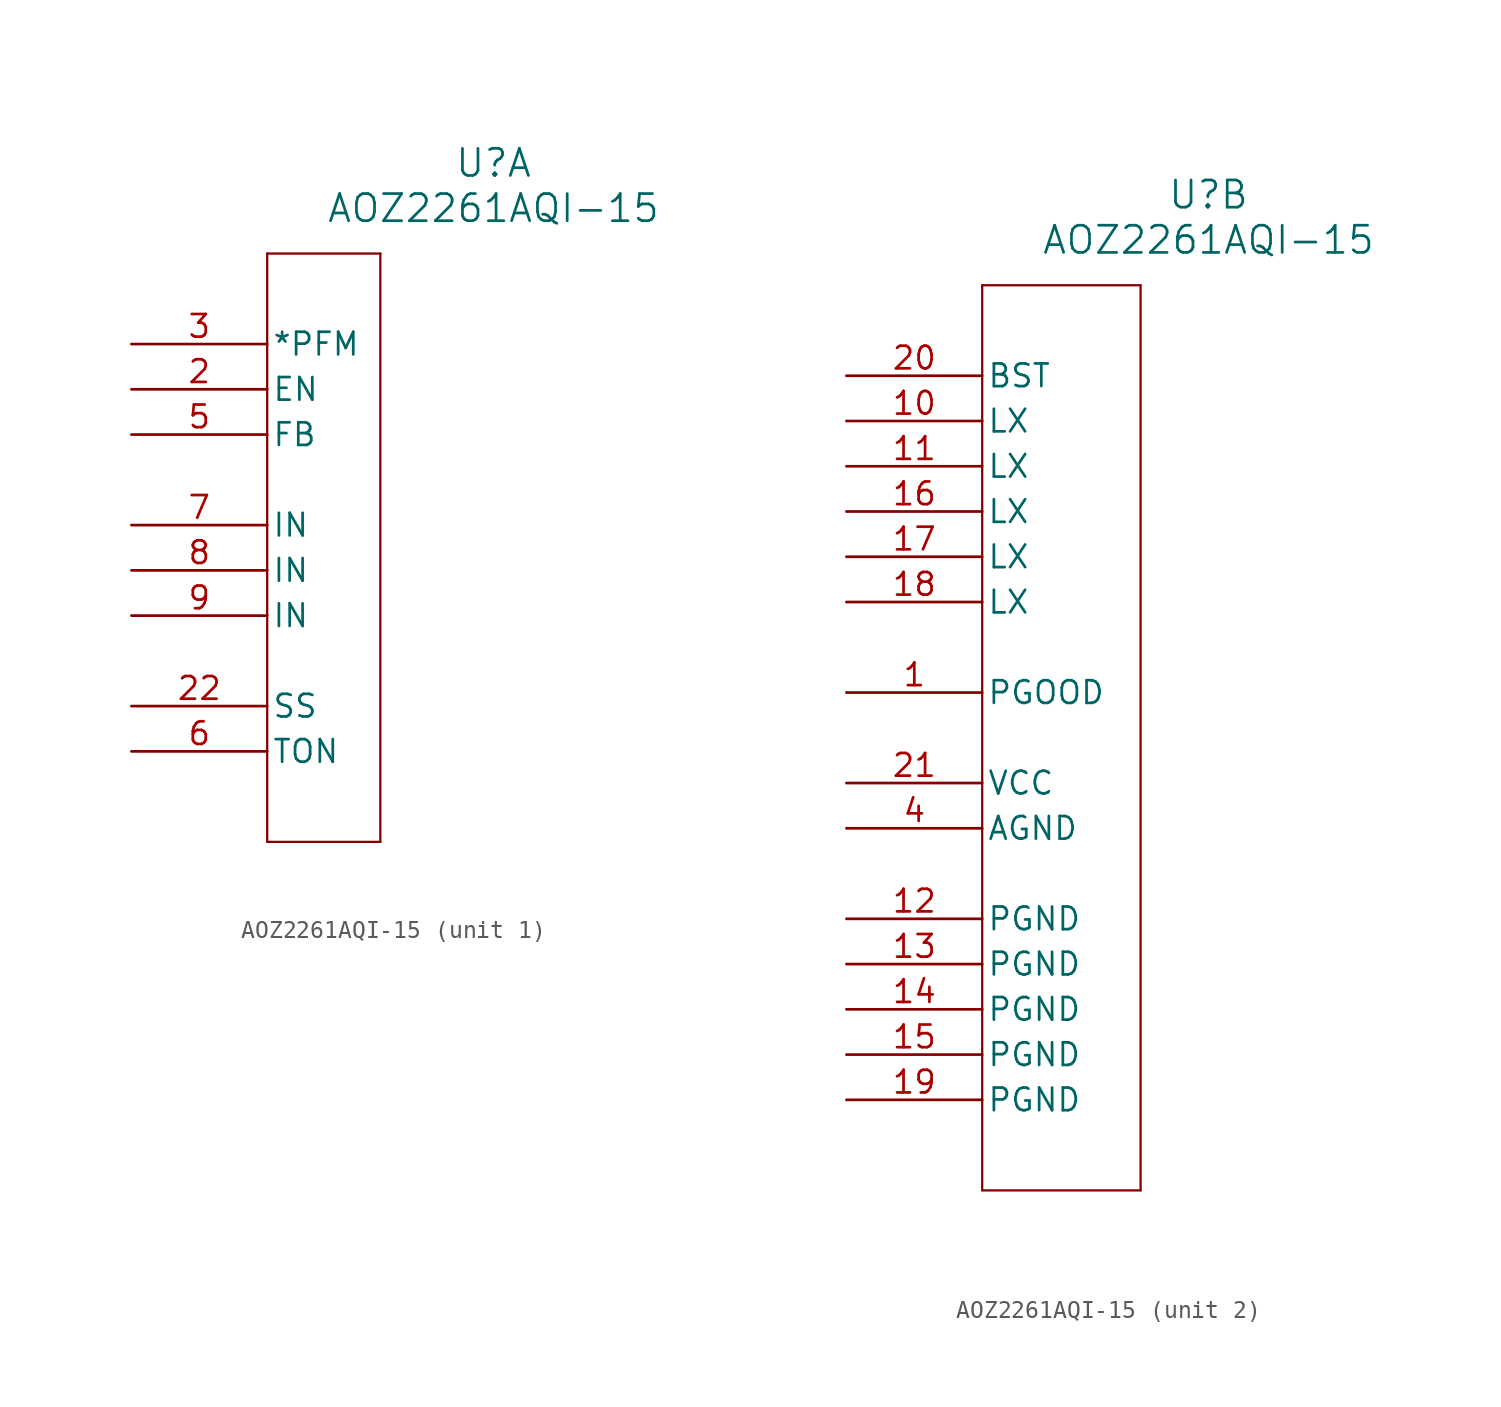
<source format=kicad_sym>
(kicad_symbol_lib
  (version 20231120)
  (generator "kicad_symbol_editor")
  (generator_version "8.0")
  (symbol "AOZ2261AQI-15"
    (pin_names
      (offset 0.254))
    (property "Reference" "U"
      (at 20.32 10.16 0)
      (effects (font (size 1.524 1.524))))
    (property "Value" "AOZ2261AQI-15"
      (at 20.32 7.62 0)
      (effects (font (size 1.524 1.524))))
    (property "ki_locked" ""
      (at 0 0 0)
      (effects (font (size 1.27 1.27))))
    (symbol "AOZ2261AQI-15_1_1"
      (polyline (pts (xy 7.62 -27.94) (xy 13.97 -27.94)) (stroke (width 0.127) (type default)) (fill (type none)))
      (polyline (pts (xy 7.62 5.08) (xy 7.62 -27.94)) (stroke (width 0.127) (type default)) (fill (type none)))
      (polyline (pts (xy 13.97 -27.94) (xy 13.97 5.08)) (stroke (width 0.127) (type default)) (fill (type none)))
      (polyline (pts (xy 13.97 5.08) (xy 7.62 5.08)) (stroke (width 0.127) (type default)) (fill (type none)))
      (pin input line (at 0 -2.54 0) (length 7.62) (name "EN" (effects (font (size 1.27 1.27)))) (number "2" (effects (font (size 1.27 1.27)))))
      (pin input line (at 0 -20.32 0) (length 7.62) (name "SS" (effects (font (size 1.27 1.27)))) (number "22" (effects (font (size 1.27 1.27)))))
      (pin input line (at 0 0 0) (length 7.62) (name "*PFM" (effects (font (size 1.27 1.27)))) (number "3" (effects (font (size 1.27 1.27)))))
      (pin input line (at 0 -5.08 0) (length 7.62) (name "FB" (effects (font (size 1.27 1.27)))) (number "5" (effects (font (size 1.27 1.27)))))
      (pin input line (at 0 -22.86 0) (length 7.62) (name "TON" (effects (font (size 1.27 1.27)))) (number "6" (effects (font (size 1.27 1.27)))))
      (pin power_in line (at 0 -10.16 0) (length 7.62) (name "IN" (effects (font (size 1.27 1.27)))) (number "7" (effects (font (size 1.27 1.27)))))
      (pin power_in line (at 0 -12.7 0) (length 7.62) (name "IN" (effects (font (size 1.27 1.27)))) (number "8" (effects (font (size 1.27 1.27)))))
      (pin power_in line (at 0 -15.24 0) (length 7.62) (name "IN" (effects (font (size 1.27 1.27)))) (number "9" (effects (font (size 1.27 1.27))))))
    (symbol "AOZ2261AQI-15_2_1"
      (polyline (pts (xy 7.62 -45.72) (xy 16.51 -45.72)) (stroke (width 0.127) (type default)) (fill (type none)))
      (polyline (pts (xy 7.62 5.08) (xy 7.62 -45.72)) (stroke (width 0.127) (type default)) (fill (type none)))
      (polyline (pts (xy 16.51 -45.72) (xy 16.51 5.08)) (stroke (width 0.127) (type default)) (fill (type none)))
      (polyline (pts (xy 16.51 5.08) (xy 7.62 5.08)) (stroke (width 0.127) (type default)) (fill (type none)))
      (pin output line (at 0 -17.78 0) (length 7.62) (name "PGOOD" (effects (font (size 1.27 1.27)))) (number "1" (effects (font (size 1.27 1.27)))))
      (pin power_in line (at 0 -2.54 0) (length 7.62) (name "LX" (effects (font (size 1.27 1.27)))) (number "10" (effects (font (size 1.27 1.27)))))
      (pin power_in line (at 0 -5.08 0) (length 7.62) (name "LX" (effects (font (size 1.27 1.27)))) (number "11" (effects (font (size 1.27 1.27)))))
      (pin power_out line (at 0 -30.48 0) (length 7.62) (name "PGND" (effects (font (size 1.27 1.27)))) (number "12" (effects (font (size 1.27 1.27)))))
      (pin power_out line (at 0 -33.02 0) (length 7.62) (name "PGND" (effects (font (size 1.27 1.27)))) (number "13" (effects (font (size 1.27 1.27)))))
      (pin power_out line (at 0 -35.56 0) (length 7.62) (name "PGND" (effects (font (size 1.27 1.27)))) (number "14" (effects (font (size 1.27 1.27)))))
      (pin power_out line (at 0 -38.1 0) (length 7.62) (name "PGND" (effects (font (size 1.27 1.27)))) (number "15" (effects (font (size 1.27 1.27)))))
      (pin power_in line (at 0 -7.62 0) (length 7.62) (name "LX" (effects (font (size 1.27 1.27)))) (number "16" (effects (font (size 1.27 1.27)))))
      (pin power_in line (at 0 -10.16 0) (length 7.62) (name "LX" (effects (font (size 1.27 1.27)))) (number "17" (effects (font (size 1.27 1.27)))))
      (pin power_in line (at 0 -12.7 0) (length 7.62) (name "LX" (effects (font (size 1.27 1.27)))) (number "18" (effects (font (size 1.27 1.27)))))
      (pin power_out line (at 0 -40.64 0) (length 7.62) (name "PGND" (effects (font (size 1.27 1.27)))) (number "19" (effects (font (size 1.27 1.27)))))
      (pin power_in line (at 0 0 0) (length 7.62) (name "BST" (effects (font (size 1.27 1.27)))) (number "20" (effects (font (size 1.27 1.27)))))
      (pin power_in line (at 0 -22.86 0) (length 7.62) (name "VCC" (effects (font (size 1.27 1.27)))) (number "21" (effects (font (size 1.27 1.27)))))
      (pin power_out line (at 0 -25.4 0) (length 7.62) (name "AGND" (effects (font (size 1.27 1.27)))) (number "4" (effects (font (size 1.27 1.27))))))))
</source>
